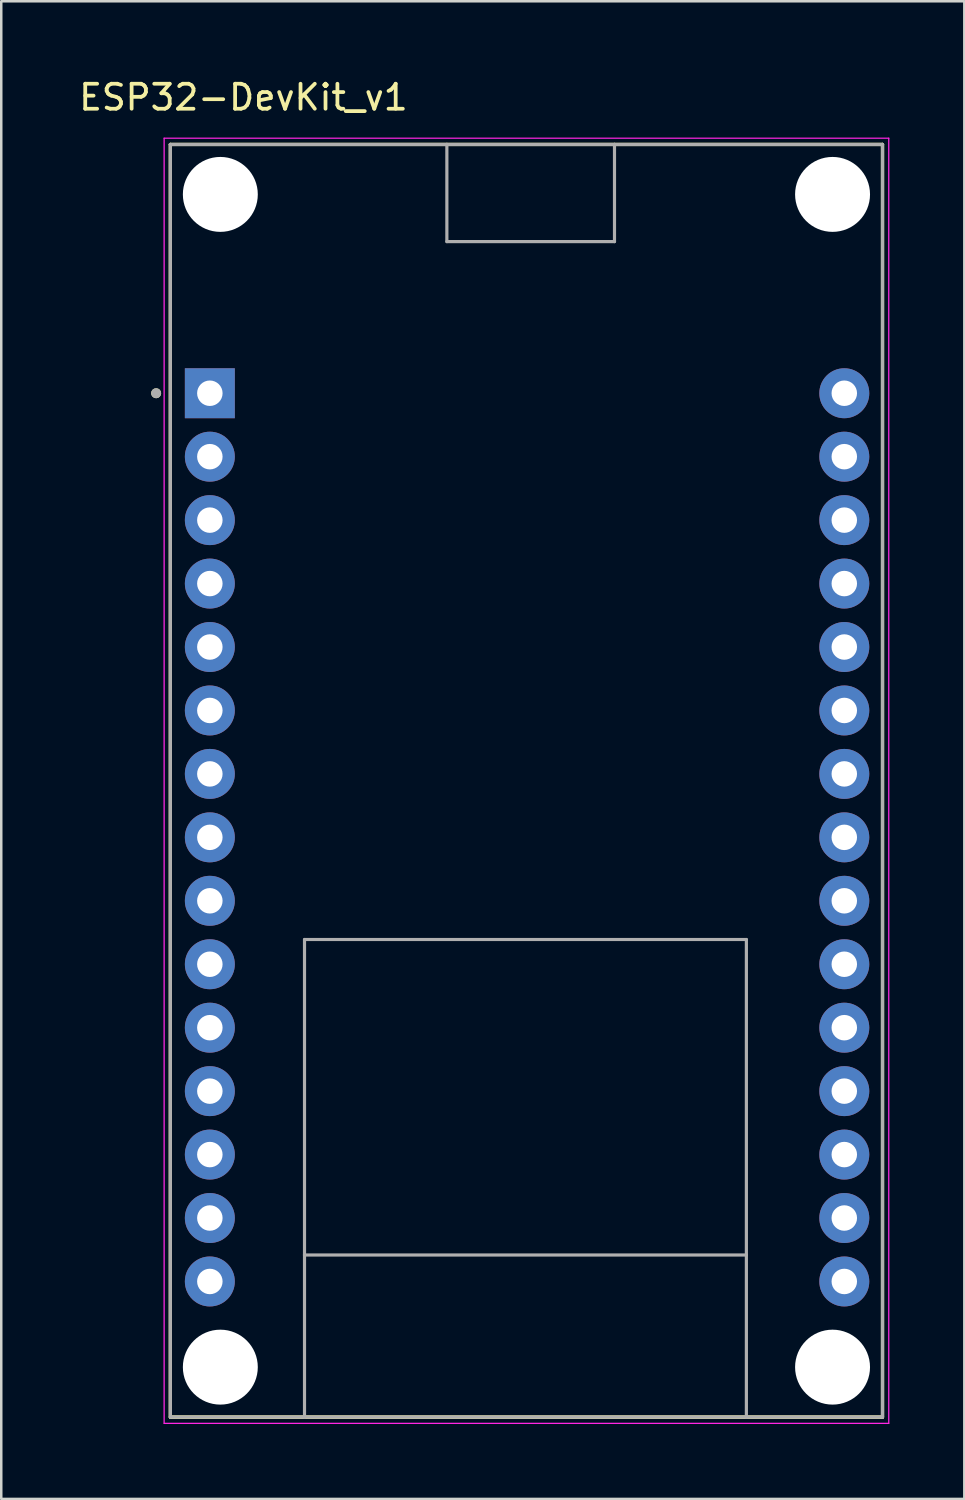
<source format=kicad_pcb>
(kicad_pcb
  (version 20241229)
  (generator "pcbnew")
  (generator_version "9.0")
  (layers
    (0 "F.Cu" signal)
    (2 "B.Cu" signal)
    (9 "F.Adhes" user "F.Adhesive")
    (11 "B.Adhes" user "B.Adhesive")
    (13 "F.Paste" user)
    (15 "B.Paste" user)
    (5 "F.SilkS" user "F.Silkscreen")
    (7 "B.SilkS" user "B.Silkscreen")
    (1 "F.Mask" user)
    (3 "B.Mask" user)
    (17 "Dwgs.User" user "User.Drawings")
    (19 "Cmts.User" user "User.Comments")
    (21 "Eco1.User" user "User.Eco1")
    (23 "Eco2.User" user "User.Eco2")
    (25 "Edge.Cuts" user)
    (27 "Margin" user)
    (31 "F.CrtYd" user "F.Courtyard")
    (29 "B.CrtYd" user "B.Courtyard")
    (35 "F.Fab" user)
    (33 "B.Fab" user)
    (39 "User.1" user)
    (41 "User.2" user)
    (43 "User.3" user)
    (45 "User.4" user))
  (footprint "ESP32-DevKit_v1"
    (layer "F.Cu")
    (at 18.051 28.208)
    (property "Reference" "ESP32-DevKit_v1" (at -11.355 -27.36 0) (layer "F.SilkS") (effects (font (size 1 1) (thickness 0.15))))
    (attr through_hole)
    (fp_line (start -14.28 -25.475) (end -3.211 -25.475) (stroke (width 0.127) (type solid)) (layer "F.SilkS"))
    (fp_line (start -14.28 -25.475) (end 14.23 -25.475) (stroke (width 0.127) (type solid)) (layer "F.SilkS"))
    (fp_line (start -14.28 25.475) (end -14.28 -25.475) (stroke (width 0.127) (type solid)) (layer "F.SilkS"))
    (fp_line (start -14.28 25.475) (end -14.28 -25.475) (stroke (width 0.127) (type solid)) (layer "F.SilkS"))
    (fp_line (start -14.28 25.475) (end -8.91 25.475) (stroke (width 0.127) (type solid)) (layer "F.SilkS"))
    (fp_line (start -8.91 25.475) (end 8.78 25.475) (stroke (width 0.127) (type solid)) (layer "F.SilkS"))
    (fp_line (start -3.211 -25.475) (end 3.5 -25.475) (stroke (width 0.127) (type solid)) (layer "F.SilkS"))
    (fp_line (start 3.5 -25.475) (end 14.23 -25.475) (stroke (width 0.127) (type solid)) (layer "F.SilkS"))
    (fp_line (start 8.78 25.475) (end 14.23 25.475) (stroke (width 0.127) (type solid)) (layer "F.SilkS"))
    (fp_line (start 14.23 -25.475) (end 14.23 25.475) (stroke (width 0.127) (type solid)) (layer "F.SilkS"))
    (fp_line (start 14.23 -25.475) (end 14.23 25.475) (stroke (width 0.127) (type solid)) (layer "F.SilkS"))
    (fp_line (start 14.23 25.475) (end -14.28 25.475) (stroke (width 0.127) (type solid)) (layer "F.SilkS"))
    (fp_circle (center -14.85 -15.515) (end -14.75 -15.515) (stroke (width 0.2) (type solid)) (fill no) (layer "F.SilkS"))
    (fp_line (start -14.53 -25.725) (end -14.53 25.725) (stroke (width 0.05) (type solid)) (layer "F.CrtYd"))
    (fp_line (start -14.53 25.725) (end 14.48 25.725) (stroke (width 0.05) (type solid)) (layer "F.CrtYd"))
    (fp_line (start 14.48 -25.725) (end -14.53 -25.725) (stroke (width 0.05) (type solid)) (layer "F.CrtYd"))
    (fp_line (start 14.48 25.725) (end 14.48 -25.725) (stroke (width 0.05) (type solid)) (layer "F.CrtYd"))
    (fp_line (start -14.28 -25.475) (end -3.211 -25.475) (stroke (width 0.127) (type solid)) (layer "F.Fab"))
    (fp_line (start -14.28 25.475) (end -14.28 -25.475) (stroke (width 0.127) (type solid)) (layer "F.Fab"))
    (fp_line (start -14.28 25.475) (end -8.91 25.475) (stroke (width 0.127) (type solid)) (layer "F.Fab"))
    (fp_line (start -8.91 6.355) (end 8.78 6.355) (stroke (width 0.127) (type solid)) (layer "F.Fab"))
    (fp_line (start -8.91 18.985) (end -8.91 6.355) (stroke (width 0.127) (type solid)) (layer "F.Fab"))
    (fp_line (start -8.91 18.985) (end 8.78 18.985) (stroke (width 0.127) (type solid)) (layer "F.Fab"))
    (fp_line (start -8.91 25.475) (end -8.91 18.985) (stroke (width 0.127) (type solid)) (layer "F.Fab"))
    (fp_line (start -8.91 25.475) (end 8.78 25.475) (stroke (width 0.127) (type solid)) (layer "F.Fab"))
    (fp_line (start -3.211 -25.475) (end 3.5 -25.475) (stroke (width 0.127) (type solid)) (layer "F.Fab"))
    (fp_line (start -3.211 -21.585) (end -3.211 -25.475) (stroke (width 0.127) (type solid)) (layer "F.Fab"))
    (fp_line (start 3.5 -25.475) (end 3.5 -21.585) (stroke (width 0.127) (type solid)) (layer "F.Fab"))
    (fp_line (start 3.5 -25.475) (end 14.23 -25.475) (stroke (width 0.127) (type solid)) (layer "F.Fab"))
    (fp_line (start 3.5 -21.585) (end -3.211 -21.585) (stroke (width 0.127) (type solid)) (layer "F.Fab"))
    (fp_line (start 8.78 6.355) (end 8.78 18.985) (stroke (width 0.127) (type solid)) (layer "F.Fab"))
    (fp_line (start 8.78 18.985) (end 8.78 25.475) (stroke (width 0.127) (type solid)) (layer "F.Fab"))
    (fp_line (start 8.78 25.475) (end 14.23 25.475) (stroke (width 0.127) (type solid)) (layer "F.Fab"))
    (fp_line (start 14.23 -25.475) (end 14.23 25.475) (stroke (width 0.127) (type solid)) (layer "F.Fab"))
    (fp_circle (center -14.85 -15.515) (end -14.75 -15.515) (stroke (width 0.2) (type solid)) (fill no) (layer "F.Fab"))
    (pad "" np_thru_hole circle (at -12.28 -23.475) (size 3 3) (drill 3) (layers "*.Cu" "*.Mask"))
    (pad "" np_thru_hole circle (at -12.28 23.475) (size 3 3) (drill 3) (layers "*.Cu" "*.Mask"))
    (pad "" np_thru_hole circle (at 12.23 -23.475) (size 3 3) (drill 3) (layers "*.Cu" "*.Mask"))
    (pad "" np_thru_hole circle (at 12.23 23.475) (size 3 3) (drill 3) (layers "*.Cu" "*.Mask"))
    (pad "1" thru_hole rect (at -12.7 -15.515) (size 2 2) (drill 1.02) (layers "*.Cu" "*.Mask"))
    (pad "2" thru_hole circle (at -12.7 -12.975) (size 2 2) (drill 1.02) (layers "*.Cu" "*.Mask"))
    (pad "3" thru_hole circle (at -12.7 -10.435) (size 2 2) (drill 1.02) (layers "*.Cu" "*.Mask"))
    (pad "4" thru_hole circle (at -12.7 -7.895) (size 2 2) (drill 1.02) (layers "*.Cu" "*.Mask"))
    (pad "5" thru_hole circle (at -12.7 -5.355) (size 2 2) (drill 1.02) (layers "*.Cu" "*.Mask"))
    (pad "6" thru_hole circle (at -12.7 -2.815) (size 2 2) (drill 1.02) (layers "*.Cu" "*.Mask"))
    (pad "7" thru_hole circle (at -12.7 -0.275) (size 2 2) (drill 1.02) (layers "*.Cu" "*.Mask"))
    (pad "8" thru_hole circle (at -12.7 2.265) (size 2 2) (drill 1.02) (layers "*.Cu" "*.Mask"))
    (pad "9" thru_hole circle (at -12.7 4.805) (size 2 2) (drill 1.02) (layers "*.Cu" "*.Mask"))
    (pad "10" thru_hole circle (at -12.7 7.345) (size 2 2) (drill 1.02) (layers "*.Cu" "*.Mask"))
    (pad "11" thru_hole circle (at -12.7 9.885) (size 2 2) (drill 1.02) (layers "*.Cu" "*.Mask"))
    (pad "12" thru_hole circle (at -12.7 12.425) (size 2 2) (drill 1.02) (layers "*.Cu" "*.Mask"))
    (pad "13" thru_hole circle (at -12.7 14.965) (size 2 2) (drill 1.02) (layers "*.Cu" "*.Mask"))
    (pad "14" thru_hole circle (at -12.7 17.505) (size 2 2) (drill 1.02) (layers "*.Cu" "*.Mask"))
    (pad "15" thru_hole circle (at -12.7 20.045) (size 2 2) (drill 1.02) (layers "*.Cu" "*.Mask"))
    (pad "16" thru_hole circle (at 12.7 20.045) (size 2 2) (drill 1.02) (layers "*.Cu" "*.Mask"))
    (pad "17" thru_hole circle (at 12.7 17.505) (size 2 2) (drill 1.02) (layers "*.Cu" "*.Mask"))
    (pad "18" thru_hole circle (at 12.7 14.965) (size 2 2) (drill 1.02) (layers "*.Cu" "*.Mask"))
    (pad "19" thru_hole circle (at 12.7 12.425) (size 2 2) (drill 1.02) (layers "*.Cu" "*.Mask"))
    (pad "20" thru_hole circle (at 12.7 9.885) (size 2 2) (drill 1.02) (layers "*.Cu" "*.Mask"))
    (pad "21" thru_hole circle (at 12.7 7.345) (size 2 2) (drill 1.02) (layers "*.Cu" "*.Mask"))
    (pad "22" thru_hole circle (at 12.7 4.805) (size 2 2) (drill 1.02) (layers "*.Cu" "*.Mask"))
    (pad "23" thru_hole circle (at 12.7 2.265) (size 2 2) (drill 1.02) (layers "*.Cu" "*.Mask"))
    (pad "24" thru_hole circle (at 12.7 -0.275) (size 2 2) (drill 1.02) (layers "*.Cu" "*.Mask"))
    (pad "25" thru_hole circle (at 12.7 -2.815) (size 2 2) (drill 1.02) (layers "*.Cu" "*.Mask"))
    (pad "26" thru_hole circle (at 12.7 -5.355) (size 2 2) (drill 1.02) (layers "*.Cu" "*.Mask"))
    (pad "27" thru_hole circle (at 12.7 -7.895) (size 2 2) (drill 1.02) (layers "*.Cu" "*.Mask"))
    (pad "28" thru_hole circle (at 12.7 -10.435) (size 2 2) (drill 1.02) (layers "*.Cu" "*.Mask"))
    (pad "29" thru_hole circle (at 12.7 -12.975) (size 2 2) (drill 1.02) (layers "*.Cu" "*.Mask"))
    (pad "30" thru_hole circle (at 12.7 -15.515) (size 2 2) (drill 1.02) (layers "*.Cu" "*.Mask"))
    (zone (net_name "") (layer "F.Cu") (hatch full 0.508) (connect_pads) (min_thickness 0.01) (filled_areas_thickness no) (keepout (tracks not_allowed) (vias not_allowed) (pads not_allowed) (copperpour not_allowed) (footprints allowed)) (placement (enabled no)) (fill) (polygon (pts (xy 9.141 47.193) (xy 26.831 47.193) (xy 26.831 53.683) (xy 9.141 53.683))))
    (zone (net_name "") (layers "F.Cu" "B.Cu") (hatch full 0.508) (connect_pads) (min_thickness 0.01) (filled_areas_thickness no) (keepout (tracks allowed) (vias not_allowed) (pads allowed) (copperpour allowed) (footprints allowed)) (placement (enabled no)) (fill) (polygon (pts (xy 9.141 47.193) (xy 26.831 47.193) (xy 26.831 53.683) (xy 9.141 53.683))))
    (zone (net_name "") (layer "B.Cu") (hatch full 0.508) (connect_pads) (min_thickness 0.01) (filled_areas_thickness no) (keepout (tracks not_allowed) (vias not_allowed) (pads not_allowed) (copperpour not_allowed) (footprints allowed)) (placement (enabled no)) (fill) (polygon (pts (xy 9.141 47.193) (xy 26.831 47.193) (xy 26.831 53.683) (xy 9.141 53.683)))))
  (gr_rect
    (start -3 -3)
    (end 35.556 56.958)
    (stroke (width 0.1) (type default))
    (fill no)
    (layer "Edge.Cuts")))
</source>
